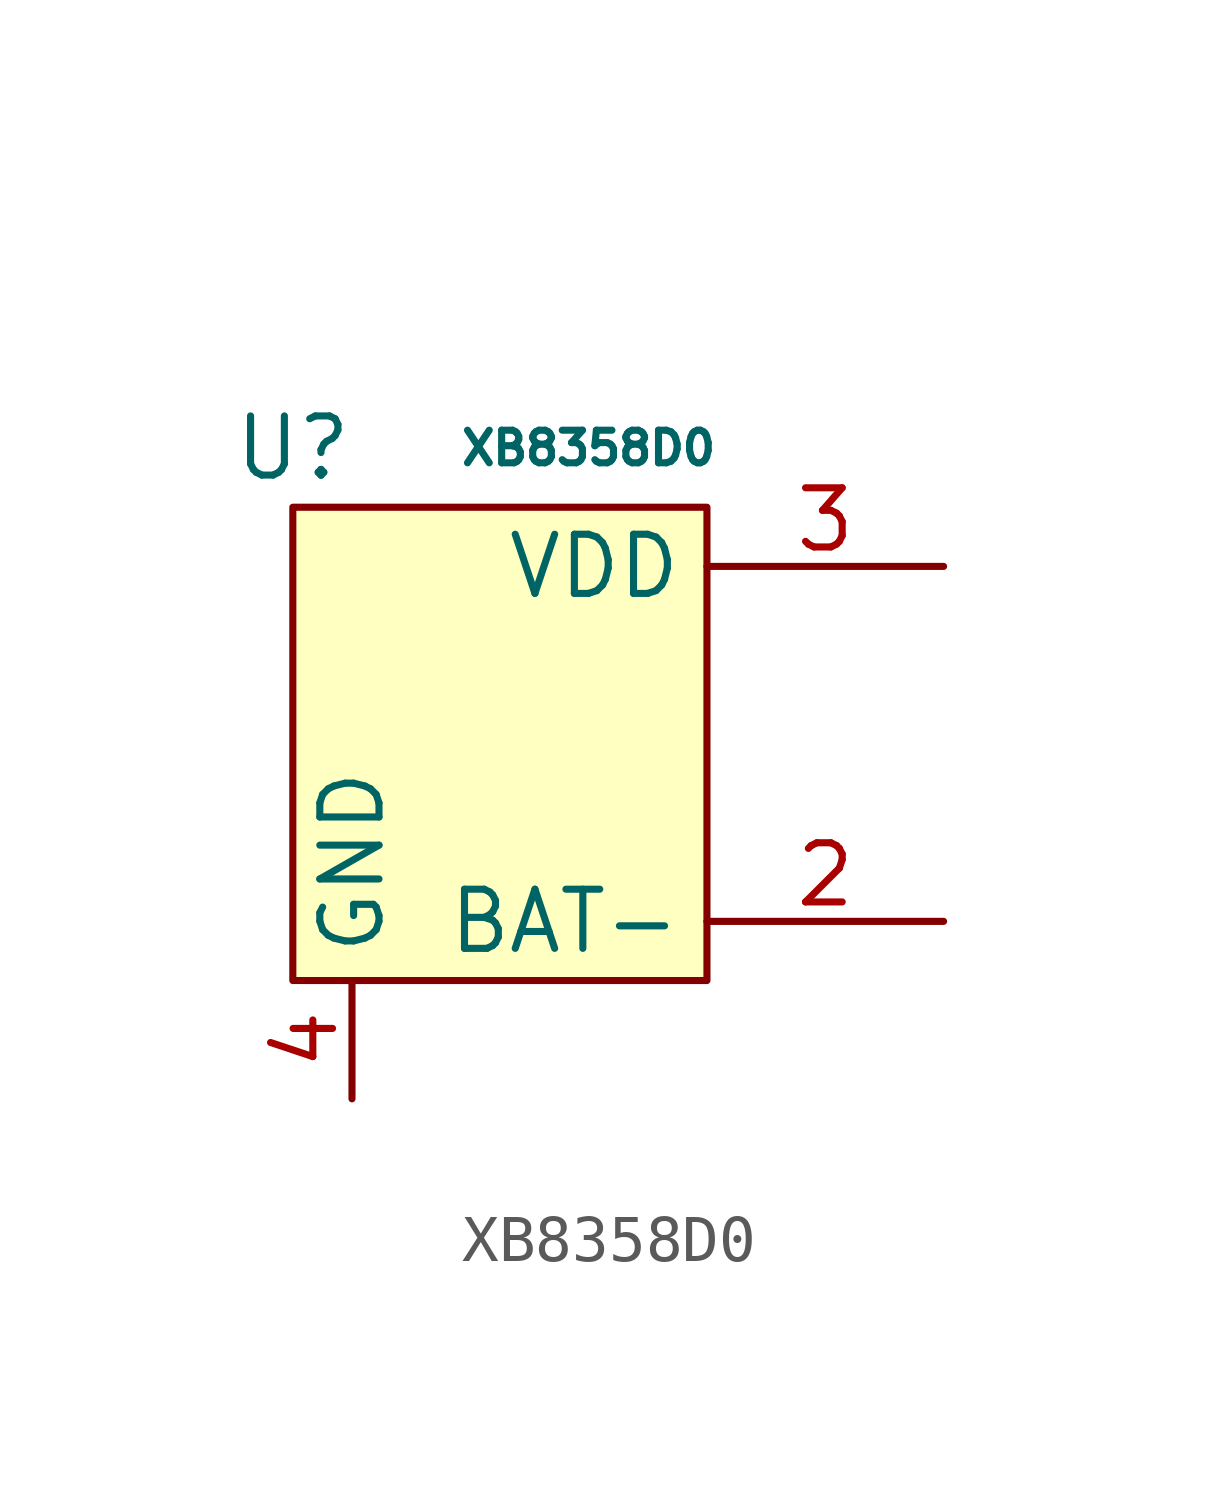
<source format=kicad_sym>
(kicad_symbol_lib
  (version 20220914)
  (generator kicad_symbol_editor)
  (symbol "XB8358D0"
    (property "Reference" "U"
      (at -2.54 1.27 0)
      (effects (font (size 1.27 1.27))))
    (property "Value" " XB8358D0"
      (at 3.81 1.27 0)
      (effects (font (size 0.7 0.7))))
    (symbol "XB8358D0_1_1"
      (rectangle (start -2.54 0) (end 6.35 -10.16) (stroke (width 0) (type default)) (fill (type background)))
      (pin no_connect line (at 7.62 5.08 180) (length 2.54) hide (name "VTEST" (effects (font (size 1.27 1.27)))) (number "1" (effects (font (size 1.27 1.27)))))
      (pin input line (at 11.43 -8.89 180) (length 5.08) (name "BAT-" (effects (font (size 1.27 1.27)))) (number "2" (effects (font (size 1.27 1.27)))))
      (pin input line (at 11.43 -1.27 180) (length 5.08) (name "VDD" (effects (font (size 1.27 1.27)))) (number "3" (effects (font (size 1.27 1.27)))))
      (pin passive line (at -1.27 -12.7 90) (length 2.54) (name "GND" (effects (font (size 1.27 1.27)))) (number "4" (effects (font (size 1.27 1.27)))))
      (pin passive line (at -1.27 -12.7 90) (length 2.54) hide (name "GND" (effects (font (size 1.27 1.27)))) (number "5" (effects (font (size 1.27 1.27))))))))
</source>
